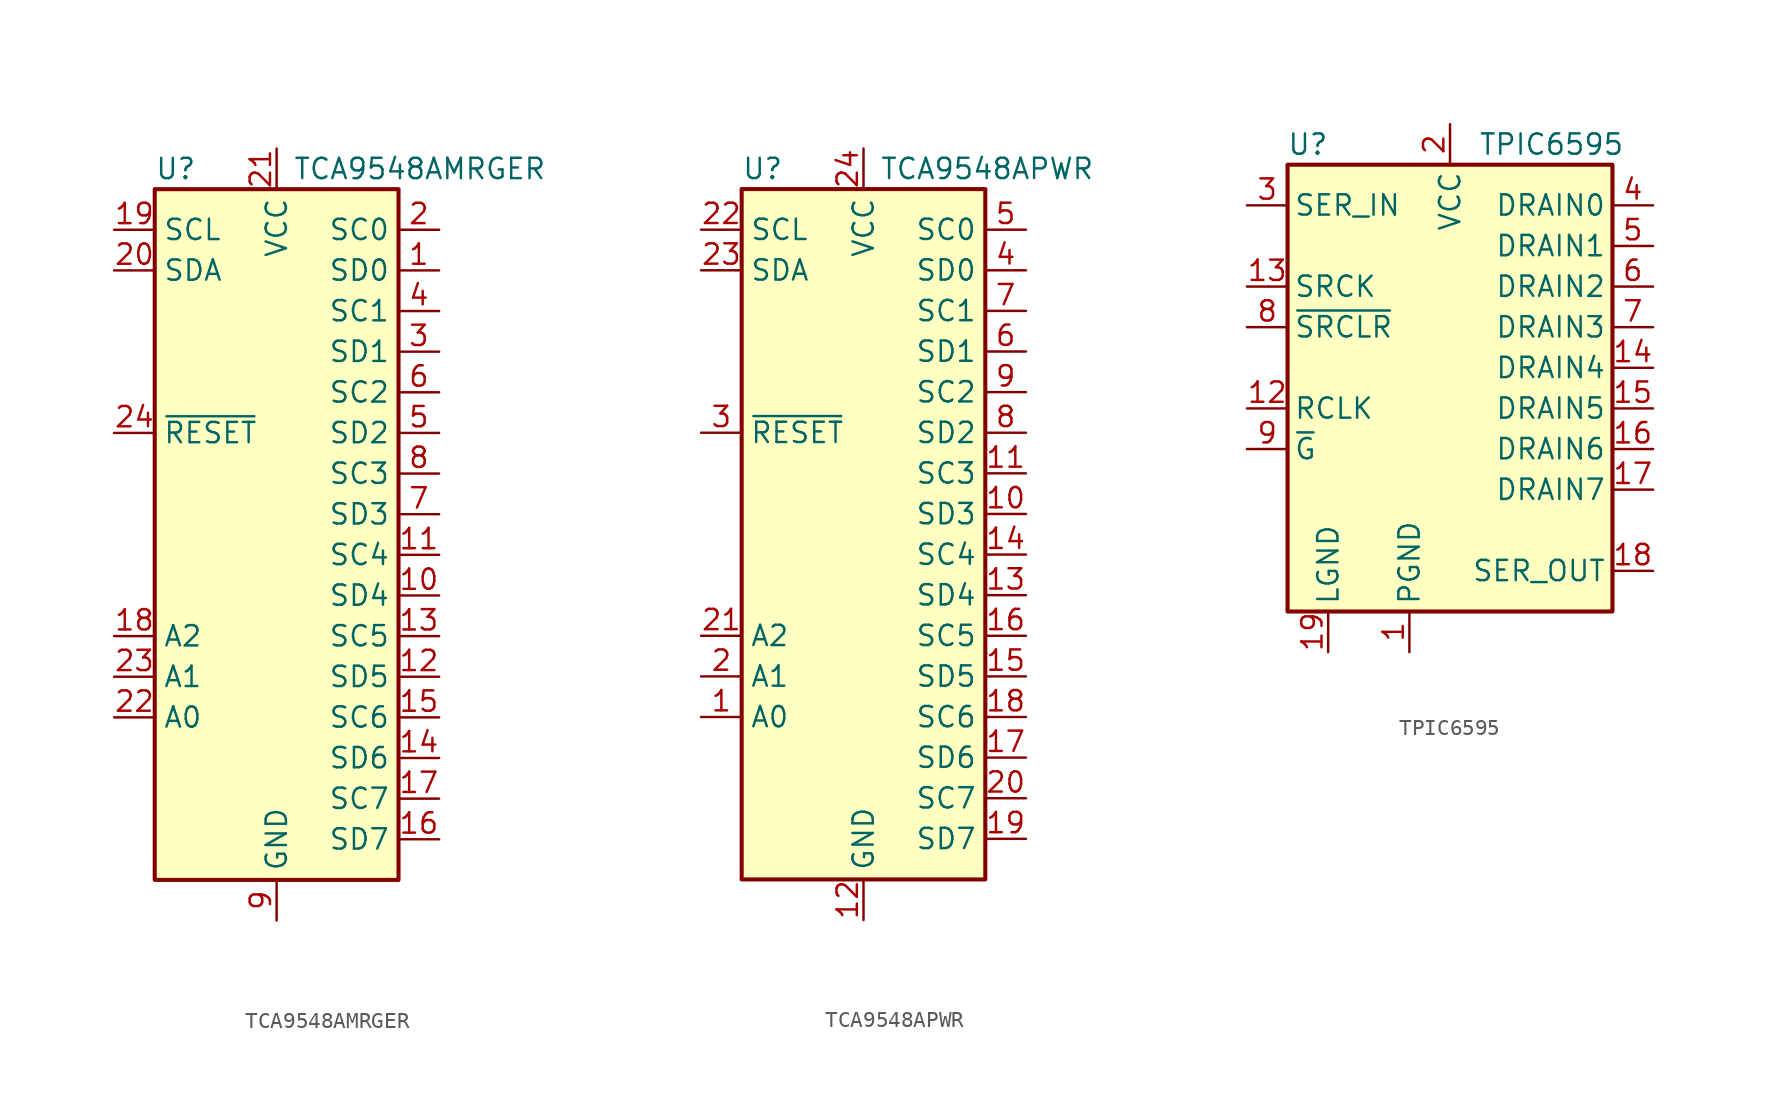
<source format=kicad_sym>
(kicad_symbol_lib
  (version 20201005)
  (generator kicad_symbol_editor)
  (symbol "Interface_Expansion:TCA9548AMRGER"
    (property "Reference" "U"
      (at -7.62 21.59 0)
      (effects (font (size 1.27 1.27)) (justify left)))
    (property "Value" "TCA9548AMRGER"
      (at 1.016 21.59 0)
      (effects (font (size 1.27 1.27)) (justify left)))
    (symbol "TCA9548AMRGER_0_1"
      (rectangle (start -7.62 20.32) (end 7.62 -22.86) (stroke (width 0.254)) (fill (type background))))
    (symbol "TCA9548AMRGER_1_1"
      (pin bidirectional line (at 10.16 15.24 180) (length 2.54) (name "SD0" (effects (font (size 1.27 1.27)))) (number "1" (effects (font (size 1.27 1.27)))))
      (pin bidirectional line (at 10.16 -5.08 180) (length 2.54) (name "SD4" (effects (font (size 1.27 1.27)))) (number "10" (effects (font (size 1.27 1.27)))))
      (pin output line (at 10.16 -2.54 180) (length 2.54) (name "SC4" (effects (font (size 1.27 1.27)))) (number "11" (effects (font (size 1.27 1.27)))))
      (pin bidirectional line (at 10.16 -10.16 180) (length 2.54) (name "SD5" (effects (font (size 1.27 1.27)))) (number "12" (effects (font (size 1.27 1.27)))))
      (pin output line (at 10.16 -7.62 180) (length 2.54) (name "SC5" (effects (font (size 1.27 1.27)))) (number "13" (effects (font (size 1.27 1.27)))))
      (pin bidirectional line (at 10.16 -15.24 180) (length 2.54) (name "SD6" (effects (font (size 1.27 1.27)))) (number "14" (effects (font (size 1.27 1.27)))))
      (pin output line (at 10.16 -12.7 180) (length 2.54) (name "SC6" (effects (font (size 1.27 1.27)))) (number "15" (effects (font (size 1.27 1.27)))))
      (pin bidirectional line (at 10.16 -20.32 180) (length 2.54) (name "SD7" (effects (font (size 1.27 1.27)))) (number "16" (effects (font (size 1.27 1.27)))))
      (pin output line (at 10.16 -17.78 180) (length 2.54) (name "SC7" (effects (font (size 1.27 1.27)))) (number "17" (effects (font (size 1.27 1.27)))))
      (pin input line (at -10.16 -7.62 0) (length 2.54) (name "A2" (effects (font (size 1.27 1.27)))) (number "18" (effects (font (size 1.27 1.27)))))
      (pin input line (at -10.16 17.78 0) (length 2.54) (name "SCL" (effects (font (size 1.27 1.27)))) (number "19" (effects (font (size 1.27 1.27)))))
      (pin output line (at 10.16 17.78 180) (length 2.54) (name "SC0" (effects (font (size 1.27 1.27)))) (number "2" (effects (font (size 1.27 1.27)))))
      (pin bidirectional line (at -10.16 15.24 0) (length 2.54) (name "SDA" (effects (font (size 1.27 1.27)))) (number "20" (effects (font (size 1.27 1.27)))))
      (pin power_in line (at 0 22.86 270) (length 2.54) (name "VCC" (effects (font (size 1.27 1.27)))) (number "21" (effects (font (size 1.27 1.27)))))
      (pin input line (at -10.16 -12.7 0) (length 2.54) (name "A0" (effects (font (size 1.27 1.27)))) (number "22" (effects (font (size 1.27 1.27)))))
      (pin input line (at -10.16 -10.16 0) (length 2.54) (name "A1" (effects (font (size 1.27 1.27)))) (number "23" (effects (font (size 1.27 1.27)))))
      (pin input line (at -10.16 5.08 0) (length 2.54) (name "~RESET" (effects (font (size 1.27 1.27)))) (number "24" (effects (font (size 1.27 1.27)))))
      (pin no_connect line (at -7.62 -15.24 0) (length 2.54) hide (name "1EP" (effects (font (size 1.27 1.27)))) (number "25" (effects (font (size 1.27 1.27)))))
      (pin bidirectional line (at 10.16 10.16 180) (length 2.54) (name "SD1" (effects (font (size 1.27 1.27)))) (number "3" (effects (font (size 1.27 1.27)))))
      (pin output line (at 10.16 12.7 180) (length 2.54) (name "SC1" (effects (font (size 1.27 1.27)))) (number "4" (effects (font (size 1.27 1.27)))))
      (pin bidirectional line (at 10.16 5.08 180) (length 2.54) (name "SD2" (effects (font (size 1.27 1.27)))) (number "5" (effects (font (size 1.27 1.27)))))
      (pin output line (at 10.16 7.62 180) (length 2.54) (name "SC2" (effects (font (size 1.27 1.27)))) (number "6" (effects (font (size 1.27 1.27)))))
      (pin bidirectional line (at 10.16 0 180) (length 2.54) (name "SD3" (effects (font (size 1.27 1.27)))) (number "7" (effects (font (size 1.27 1.27)))))
      (pin output line (at 10.16 2.54 180) (length 2.54) (name "SC3" (effects (font (size 1.27 1.27)))) (number "8" (effects (font (size 1.27 1.27)))))
      (pin power_in line (at 0 -25.4 90) (length 2.54) (name "GND" (effects (font (size 1.27 1.27)))) (number "9" (effects (font (size 1.27 1.27)))))))
  (symbol "Interface_Expansion:TCA9548APWR"
    (property "Reference" "U"
      (at -7.62 21.59 0)
      (effects (font (size 1.27 1.27)) (justify left)))
    (property "Value" "TCA9548APWR"
      (at 1.016 21.59 0)
      (effects (font (size 1.27 1.27)) (justify left)))
    (symbol "TCA9548APWR_0_1"
      (rectangle (start -7.62 20.32) (end 7.62 -22.86) (stroke (width 0.254)) (fill (type background))))
    (symbol "TCA9548APWR_1_1"
      (pin input line (at -10.16 -12.7 0) (length 2.54) (name "A0" (effects (font (size 1.27 1.27)))) (number "1" (effects (font (size 1.27 1.27)))))
      (pin bidirectional line (at 10.16 0 180) (length 2.54) (name "SD3" (effects (font (size 1.27 1.27)))) (number "10" (effects (font (size 1.27 1.27)))))
      (pin output line (at 10.16 2.54 180) (length 2.54) (name "SC3" (effects (font (size 1.27 1.27)))) (number "11" (effects (font (size 1.27 1.27)))))
      (pin power_in line (at 0 -25.4 90) (length 2.54) (name "GND" (effects (font (size 1.27 1.27)))) (number "12" (effects (font (size 1.27 1.27)))))
      (pin bidirectional line (at 10.16 -5.08 180) (length 2.54) (name "SD4" (effects (font (size 1.27 1.27)))) (number "13" (effects (font (size 1.27 1.27)))))
      (pin output line (at 10.16 -2.54 180) (length 2.54) (name "SC4" (effects (font (size 1.27 1.27)))) (number "14" (effects (font (size 1.27 1.27)))))
      (pin bidirectional line (at 10.16 -10.16 180) (length 2.54) (name "SD5" (effects (font (size 1.27 1.27)))) (number "15" (effects (font (size 1.27 1.27)))))
      (pin output line (at 10.16 -7.62 180) (length 2.54) (name "SC5" (effects (font (size 1.27 1.27)))) (number "16" (effects (font (size 1.27 1.27)))))
      (pin bidirectional line (at 10.16 -15.24 180) (length 2.54) (name "SD6" (effects (font (size 1.27 1.27)))) (number "17" (effects (font (size 1.27 1.27)))))
      (pin output line (at 10.16 -12.7 180) (length 2.54) (name "SC6" (effects (font (size 1.27 1.27)))) (number "18" (effects (font (size 1.27 1.27)))))
      (pin bidirectional line (at 10.16 -20.32 180) (length 2.54) (name "SD7" (effects (font (size 1.27 1.27)))) (number "19" (effects (font (size 1.27 1.27)))))
      (pin input line (at -10.16 -10.16 0) (length 2.54) (name "A1" (effects (font (size 1.27 1.27)))) (number "2" (effects (font (size 1.27 1.27)))))
      (pin output line (at 10.16 -17.78 180) (length 2.54) (name "SC7" (effects (font (size 1.27 1.27)))) (number "20" (effects (font (size 1.27 1.27)))))
      (pin input line (at -10.16 -7.62 0) (length 2.54) (name "A2" (effects (font (size 1.27 1.27)))) (number "21" (effects (font (size 1.27 1.27)))))
      (pin input line (at -10.16 17.78 0) (length 2.54) (name "SCL" (effects (font (size 1.27 1.27)))) (number "22" (effects (font (size 1.27 1.27)))))
      (pin bidirectional line (at -10.16 15.24 0) (length 2.54) (name "SDA" (effects (font (size 1.27 1.27)))) (number "23" (effects (font (size 1.27 1.27)))))
      (pin power_in line (at 0 22.86 270) (length 2.54) (name "VCC" (effects (font (size 1.27 1.27)))) (number "24" (effects (font (size 1.27 1.27)))))
      (pin input line (at -10.16 5.08 0) (length 2.54) (name "~RESET" (effects (font (size 1.27 1.27)))) (number "3" (effects (font (size 1.27 1.27)))))
      (pin bidirectional line (at 10.16 15.24 180) (length 2.54) (name "SD0" (effects (font (size 1.27 1.27)))) (number "4" (effects (font (size 1.27 1.27)))))
      (pin output line (at 10.16 17.78 180) (length 2.54) (name "SC0" (effects (font (size 1.27 1.27)))) (number "5" (effects (font (size 1.27 1.27)))))
      (pin bidirectional line (at 10.16 10.16 180) (length 2.54) (name "SD1" (effects (font (size 1.27 1.27)))) (number "6" (effects (font (size 1.27 1.27)))))
      (pin output line (at 10.16 12.7 180) (length 2.54) (name "SC1" (effects (font (size 1.27 1.27)))) (number "7" (effects (font (size 1.27 1.27)))))
      (pin bidirectional line (at 10.16 5.08 180) (length 2.54) (name "SD2" (effects (font (size 1.27 1.27)))) (number "8" (effects (font (size 1.27 1.27)))))
      (pin output line (at 10.16 7.62 180) (length 2.54) (name "SC2" (effects (font (size 1.27 1.27)))) (number "9" (effects (font (size 1.27 1.27)))))))
  (symbol "Interface_Expansion:TPIC6595"
    (pin_names
      (offset 0.381))
    (property "Reference" "U"
      (at -8.89 13.97 0)
      (effects (font (size 1.27 1.27))))
    (property "Value" "TPIC6595"
      (at 6.35 13.97 0)
      (effects (font (size 1.27 1.27))))
    (symbol "TPIC6595_0_1"
      (rectangle (start -10.16 12.7) (end 10.16 -15.24) (stroke (width 0.254)) (fill (type background))))
    (symbol "TPIC6595_1_1"
      (pin power_in line (at -2.54 -17.78 90) (length 2.54) (name "PGND" (effects (font (size 1.27 1.27)))) (number "1" (effects (font (size 1.27 1.27)))))
      (pin passive line (at -2.54 -17.78 90) (length 2.54) hide (name "PGND" (effects (font (size 1.27 1.27)))) (number "10" (effects (font (size 1.27 1.27)))))
      (pin passive line (at -2.54 -17.78 90) (length 2.54) hide (name "PGND" (effects (font (size 1.27 1.27)))) (number "11" (effects (font (size 1.27 1.27)))))
      (pin input line (at -12.7 -2.54 0) (length 2.54) (name "RCLK" (effects (font (size 1.27 1.27)))) (number "12" (effects (font (size 1.27 1.27)))))
      (pin input line (at -12.7 5.08 0) (length 2.54) (name "SRCK" (effects (font (size 1.27 1.27)))) (number "13" (effects (font (size 1.27 1.27)))))
      (pin open_collector line (at 12.7 0 180) (length 2.54) (name "DRAIN4" (effects (font (size 1.27 1.27)))) (number "14" (effects (font (size 1.27 1.27)))))
      (pin open_collector line (at 12.7 -2.54 180) (length 2.54) (name "DRAIN5" (effects (font (size 1.27 1.27)))) (number "15" (effects (font (size 1.27 1.27)))))
      (pin open_collector line (at 12.7 -5.08 180) (length 2.54) (name "DRAIN6" (effects (font (size 1.27 1.27)))) (number "16" (effects (font (size 1.27 1.27)))))
      (pin open_collector line (at 12.7 -7.62 180) (length 2.54) (name "DRAIN7" (effects (font (size 1.27 1.27)))) (number "17" (effects (font (size 1.27 1.27)))))
      (pin output line (at 12.7 -12.7 180) (length 2.54) (name "SER_OUT" (effects (font (size 1.27 1.27)))) (number "18" (effects (font (size 1.27 1.27)))))
      (pin power_in line (at -7.62 -17.78 90) (length 2.54) (name "LGND" (effects (font (size 1.27 1.27)))) (number "19" (effects (font (size 1.27 1.27)))))
      (pin power_in line (at 0 15.24 270) (length 2.54) (name "VCC" (effects (font (size 1.27 1.27)))) (number "2" (effects (font (size 1.27 1.27)))))
      (pin passive line (at -2.54 -17.78 90) (length 2.54) hide (name "PGND" (effects (font (size 1.27 1.27)))) (number "20" (effects (font (size 1.27 1.27)))))
      (pin input line (at -12.7 10.16 0) (length 2.54) (name "SER_IN" (effects (font (size 1.27 1.27)))) (number "3" (effects (font (size 1.27 1.27)))))
      (pin open_collector line (at 12.7 10.16 180) (length 2.54) (name "DRAIN0" (effects (font (size 1.27 1.27)))) (number "4" (effects (font (size 1.27 1.27)))))
      (pin open_collector line (at 12.7 7.62 180) (length 2.54) (name "DRAIN1" (effects (font (size 1.27 1.27)))) (number "5" (effects (font (size 1.27 1.27)))))
      (pin open_collector line (at 12.7 5.08 180) (length 2.54) (name "DRAIN2" (effects (font (size 1.27 1.27)))) (number "6" (effects (font (size 1.27 1.27)))))
      (pin open_collector line (at 12.7 2.54 180) (length 2.54) (name "DRAIN3" (effects (font (size 1.27 1.27)))) (number "7" (effects (font (size 1.27 1.27)))))
      (pin input line (at -12.7 2.54 0) (length 2.54) (name "~SRCLR" (effects (font (size 1.27 1.27)))) (number "8" (effects (font (size 1.27 1.27)))))
      (pin input line (at -12.7 -5.08 0) (length 2.54) (name "~G" (effects (font (size 1.27 1.27)))) (number "9" (effects (font (size 1.27 1.27))))))))
</source>
